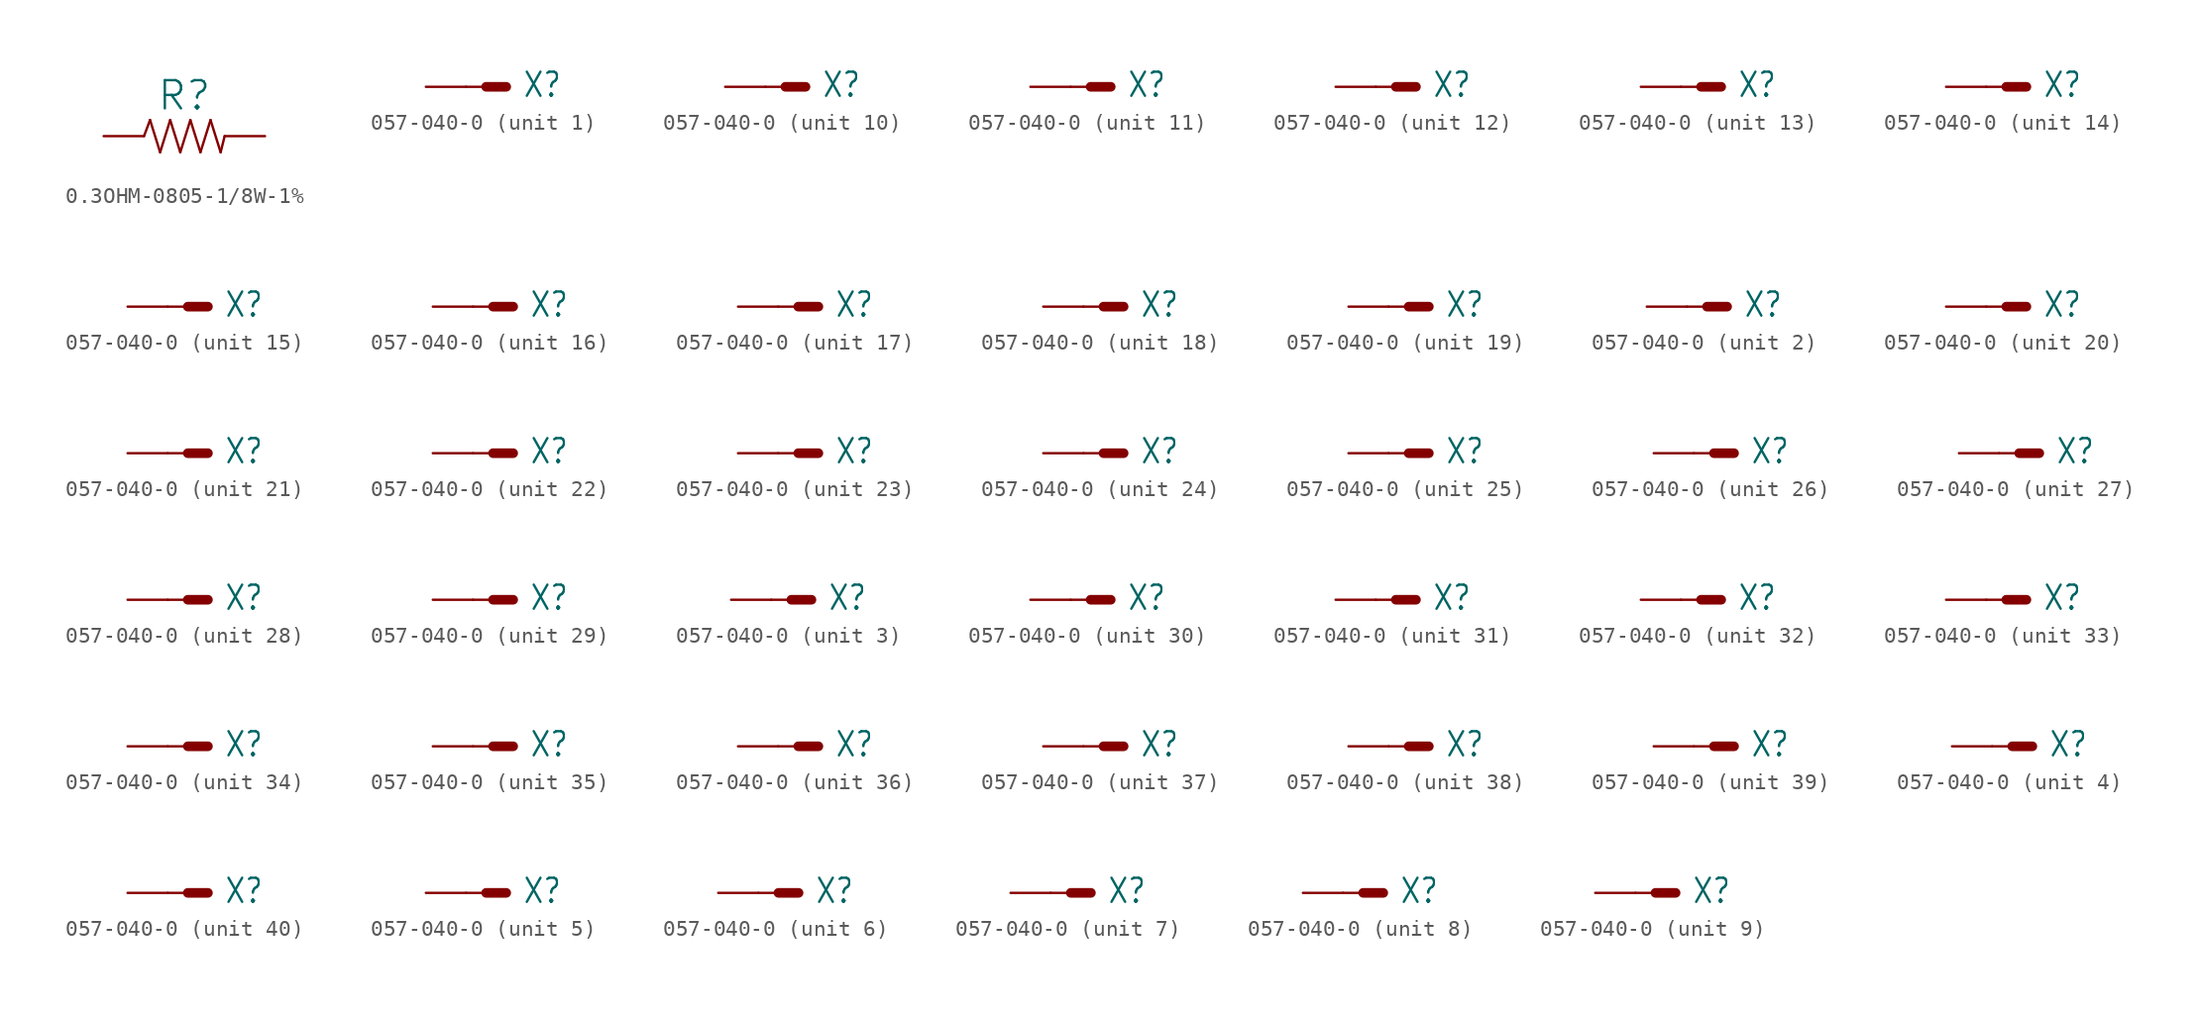
<source format=kicad_sym>
(kicad_symbol_lib
  (version 20220914)
  (generator kicad_symbol_editor)
  (symbol "0.3OHM-0805-1/8W-1%"
    (property "Reference" "R"
      (at 0 1.524 0)
      (effects (font (size 1.778 1.778)) (justify bottom)))
    (property "Value" ""
      (at 0 -1.524 0)
      (effects (font (size 1.778 1.778)) (justify top)))
    (property "ki_locked" ""
      (at 0 0 0)
      (effects (font (size 1.27 1.27))))
    (symbol "0.3OHM-0805-1/8W-1%_1_0"
      (polyline (pts (xy -2.54 0) (xy -2.159 1.016)) (stroke (width 0.152) (type solid)) (fill (type none)))
      (polyline (pts (xy -2.159 1.016) (xy -1.524 -1.016)) (stroke (width 0.152) (type solid)) (fill (type none)))
      (polyline (pts (xy -1.524 -1.016) (xy -0.889 1.016)) (stroke (width 0.152) (type solid)) (fill (type none)))
      (polyline (pts (xy -0.889 1.016) (xy -0.254 -1.016)) (stroke (width 0.152) (type solid)) (fill (type none)))
      (polyline (pts (xy -0.254 -1.016) (xy 0.381 1.016)) (stroke (width 0.152) (type solid)) (fill (type none)))
      (polyline (pts (xy 0.381 1.016) (xy 1.016 -1.016)) (stroke (width 0.152) (type solid)) (fill (type none)))
      (polyline (pts (xy 1.016 -1.016) (xy 1.651 1.016)) (stroke (width 0.152) (type solid)) (fill (type none)))
      (polyline (pts (xy 1.651 1.016) (xy 2.286 -1.016)) (stroke (width 0.152) (type solid)) (fill (type none)))
      (polyline (pts (xy 2.286 -1.016) (xy 2.54 0)) (stroke (width 0.152) (type solid)) (fill (type none)))
      (pin passive line (at -5.08 0 0) (length 2.54) (name "1" (effects (font (size 0 0)))) (number "1" (effects (font (size 0 0)))))
      (pin passive line (at 5.08 0 180) (length 2.54) (name "2" (effects (font (size 0 0)))) (number "2" (effects (font (size 0 0)))))))
  (symbol "057-040-0"
    (property "Reference" "X"
      (at 1.016 -0.762 0)
      (effects (font (size 1.524 1.295)) (justify left bottom)))
    (property "ki_locked" ""
      (at 0 0 0)
      (effects (font (size 1.27 1.27))))
    (symbol "057-040-0_1_0"
      (polyline (pts (xy -2.54 0) (xy -1.27 0)) (stroke (width 0.152) (type solid)) (fill (type none)))
      (polyline (pts (xy 0 0) (xy -1.27 0)) (stroke (width 0.61) (type solid)) (fill (type none)))
      (pin passive line (at -5.08 0 0) (length 2.54) (name "S" (effects (font (size 0 0)))) (number "1" (effects (font (size 0 0))))))
    (symbol "057-040-0_2_0"
      (polyline (pts (xy -2.54 0) (xy -1.27 0)) (stroke (width 0.152) (type solid)) (fill (type none)))
      (polyline (pts (xy 0 0) (xy -1.27 0)) (stroke (width 0.61) (type solid)) (fill (type none)))
      (pin passive line (at -5.08 0 0) (length 2.54) (name "S" (effects (font (size 0 0)))) (number "2" (effects (font (size 0 0))))))
    (symbol "057-040-0_3_0"
      (polyline (pts (xy -2.54 0) (xy -1.27 0)) (stroke (width 0.152) (type solid)) (fill (type none)))
      (polyline (pts (xy 0 0) (xy -1.27 0)) (stroke (width 0.61) (type solid)) (fill (type none)))
      (pin passive line (at -5.08 0 0) (length 2.54) (name "S" (effects (font (size 0 0)))) (number "3" (effects (font (size 0 0))))))
    (symbol "057-040-0_4_0"
      (polyline (pts (xy -2.54 0) (xy -1.27 0)) (stroke (width 0.152) (type solid)) (fill (type none)))
      (polyline (pts (xy 0 0) (xy -1.27 0)) (stroke (width 0.61) (type solid)) (fill (type none)))
      (pin passive line (at -5.08 0 0) (length 2.54) (name "S" (effects (font (size 0 0)))) (number "4" (effects (font (size 0 0))))))
    (symbol "057-040-0_5_0"
      (polyline (pts (xy -2.54 0) (xy -1.27 0)) (stroke (width 0.152) (type solid)) (fill (type none)))
      (polyline (pts (xy 0 0) (xy -1.27 0)) (stroke (width 0.61) (type solid)) (fill (type none)))
      (pin passive line (at -5.08 0 0) (length 2.54) (name "S" (effects (font (size 0 0)))) (number "5" (effects (font (size 0 0))))))
    (symbol "057-040-0_6_0"
      (polyline (pts (xy -2.54 0) (xy -1.27 0)) (stroke (width 0.152) (type solid)) (fill (type none)))
      (polyline (pts (xy 0 0) (xy -1.27 0)) (stroke (width 0.61) (type solid)) (fill (type none)))
      (pin passive line (at -5.08 0 0) (length 2.54) (name "S" (effects (font (size 0 0)))) (number "6" (effects (font (size 0 0))))))
    (symbol "057-040-0_7_0"
      (polyline (pts (xy -2.54 0) (xy -1.27 0)) (stroke (width 0.152) (type solid)) (fill (type none)))
      (polyline (pts (xy 0 0) (xy -1.27 0)) (stroke (width 0.61) (type solid)) (fill (type none)))
      (pin passive line (at -5.08 0 0) (length 2.54) (name "S" (effects (font (size 0 0)))) (number "7" (effects (font (size 0 0))))))
    (symbol "057-040-0_8_0"
      (polyline (pts (xy -2.54 0) (xy -1.27 0)) (stroke (width 0.152) (type solid)) (fill (type none)))
      (polyline (pts (xy 0 0) (xy -1.27 0)) (stroke (width 0.61) (type solid)) (fill (type none)))
      (pin passive line (at -5.08 0 0) (length 2.54) (name "S" (effects (font (size 0 0)))) (number "8" (effects (font (size 0 0))))))
    (symbol "057-040-0_9_0"
      (polyline (pts (xy -2.54 0) (xy -1.27 0)) (stroke (width 0.152) (type solid)) (fill (type none)))
      (polyline (pts (xy 0 0) (xy -1.27 0)) (stroke (width 0.61) (type solid)) (fill (type none)))
      (pin passive line (at -5.08 0 0) (length 2.54) (name "S" (effects (font (size 0 0)))) (number "9" (effects (font (size 0 0))))))
    (symbol "057-040-0_10_0"
      (polyline (pts (xy -2.54 0) (xy -1.27 0)) (stroke (width 0.152) (type solid)) (fill (type none)))
      (polyline (pts (xy 0 0) (xy -1.27 0)) (stroke (width 0.61) (type solid)) (fill (type none)))
      (pin passive line (at -5.08 0 0) (length 2.54) (name "S" (effects (font (size 0 0)))) (number "10" (effects (font (size 0 0))))))
    (symbol "057-040-0_11_0"
      (polyline (pts (xy -2.54 0) (xy -1.27 0)) (stroke (width 0.152) (type solid)) (fill (type none)))
      (polyline (pts (xy 0 0) (xy -1.27 0)) (stroke (width 0.61) (type solid)) (fill (type none)))
      (pin passive line (at -5.08 0 0) (length 2.54) (name "S" (effects (font (size 0 0)))) (number "11" (effects (font (size 0 0))))))
    (symbol "057-040-0_12_0"
      (polyline (pts (xy -2.54 0) (xy -1.27 0)) (stroke (width 0.152) (type solid)) (fill (type none)))
      (polyline (pts (xy 0 0) (xy -1.27 0)) (stroke (width 0.61) (type solid)) (fill (type none)))
      (pin passive line (at -5.08 0 0) (length 2.54) (name "S" (effects (font (size 0 0)))) (number "12" (effects (font (size 0 0))))))
    (symbol "057-040-0_13_0"
      (polyline (pts (xy -2.54 0) (xy -1.27 0)) (stroke (width 0.152) (type solid)) (fill (type none)))
      (polyline (pts (xy 0 0) (xy -1.27 0)) (stroke (width 0.61) (type solid)) (fill (type none)))
      (pin passive line (at -5.08 0 0) (length 2.54) (name "S" (effects (font (size 0 0)))) (number "13" (effects (font (size 0 0))))))
    (symbol "057-040-0_14_0"
      (polyline (pts (xy -2.54 0) (xy -1.27 0)) (stroke (width 0.152) (type solid)) (fill (type none)))
      (polyline (pts (xy 0 0) (xy -1.27 0)) (stroke (width 0.61) (type solid)) (fill (type none)))
      (pin passive line (at -5.08 0 0) (length 2.54) (name "S" (effects (font (size 0 0)))) (number "14" (effects (font (size 0 0))))))
    (symbol "057-040-0_15_0"
      (polyline (pts (xy -2.54 0) (xy -1.27 0)) (stroke (width 0.152) (type solid)) (fill (type none)))
      (polyline (pts (xy 0 0) (xy -1.27 0)) (stroke (width 0.61) (type solid)) (fill (type none)))
      (pin passive line (at -5.08 0 0) (length 2.54) (name "S" (effects (font (size 0 0)))) (number "15" (effects (font (size 0 0))))))
    (symbol "057-040-0_16_0"
      (polyline (pts (xy -2.54 0) (xy -1.27 0)) (stroke (width 0.152) (type solid)) (fill (type none)))
      (polyline (pts (xy 0 0) (xy -1.27 0)) (stroke (width 0.61) (type solid)) (fill (type none)))
      (pin passive line (at -5.08 0 0) (length 2.54) (name "S" (effects (font (size 0 0)))) (number "16" (effects (font (size 0 0))))))
    (symbol "057-040-0_17_0"
      (polyline (pts (xy -2.54 0) (xy -1.27 0)) (stroke (width 0.152) (type solid)) (fill (type none)))
      (polyline (pts (xy 0 0) (xy -1.27 0)) (stroke (width 0.61) (type solid)) (fill (type none)))
      (pin passive line (at -5.08 0 0) (length 2.54) (name "S" (effects (font (size 0 0)))) (number "17" (effects (font (size 0 0))))))
    (symbol "057-040-0_18_0"
      (polyline (pts (xy -2.54 0) (xy -1.27 0)) (stroke (width 0.152) (type solid)) (fill (type none)))
      (polyline (pts (xy 0 0) (xy -1.27 0)) (stroke (width 0.61) (type solid)) (fill (type none)))
      (pin passive line (at -5.08 0 0) (length 2.54) (name "S" (effects (font (size 0 0)))) (number "18" (effects (font (size 0 0))))))
    (symbol "057-040-0_19_0"
      (polyline (pts (xy -2.54 0) (xy -1.27 0)) (stroke (width 0.152) (type solid)) (fill (type none)))
      (polyline (pts (xy 0 0) (xy -1.27 0)) (stroke (width 0.61) (type solid)) (fill (type none)))
      (pin passive line (at -5.08 0 0) (length 2.54) (name "S" (effects (font (size 0 0)))) (number "19" (effects (font (size 0 0))))))
    (symbol "057-040-0_20_0"
      (polyline (pts (xy -2.54 0) (xy -1.27 0)) (stroke (width 0.152) (type solid)) (fill (type none)))
      (polyline (pts (xy 0 0) (xy -1.27 0)) (stroke (width 0.61) (type solid)) (fill (type none)))
      (pin passive line (at -5.08 0 0) (length 2.54) (name "S" (effects (font (size 0 0)))) (number "20" (effects (font (size 0 0))))))
    (symbol "057-040-0_21_0"
      (polyline (pts (xy -2.54 0) (xy -1.27 0)) (stroke (width 0.152) (type solid)) (fill (type none)))
      (polyline (pts (xy 0 0) (xy -1.27 0)) (stroke (width 0.61) (type solid)) (fill (type none)))
      (pin passive line (at -5.08 0 0) (length 2.54) (name "S" (effects (font (size 0 0)))) (number "21" (effects (font (size 0 0))))))
    (symbol "057-040-0_22_0"
      (polyline (pts (xy -2.54 0) (xy -1.27 0)) (stroke (width 0.152) (type solid)) (fill (type none)))
      (polyline (pts (xy 0 0) (xy -1.27 0)) (stroke (width 0.61) (type solid)) (fill (type none)))
      (pin passive line (at -5.08 0 0) (length 2.54) (name "S" (effects (font (size 0 0)))) (number "22" (effects (font (size 0 0))))))
    (symbol "057-040-0_23_0"
      (polyline (pts (xy -2.54 0) (xy -1.27 0)) (stroke (width 0.152) (type solid)) (fill (type none)))
      (polyline (pts (xy 0 0) (xy -1.27 0)) (stroke (width 0.61) (type solid)) (fill (type none)))
      (pin passive line (at -5.08 0 0) (length 2.54) (name "S" (effects (font (size 0 0)))) (number "23" (effects (font (size 0 0))))))
    (symbol "057-040-0_24_0"
      (polyline (pts (xy -2.54 0) (xy -1.27 0)) (stroke (width 0.152) (type solid)) (fill (type none)))
      (polyline (pts (xy 0 0) (xy -1.27 0)) (stroke (width 0.61) (type solid)) (fill (type none)))
      (pin passive line (at -5.08 0 0) (length 2.54) (name "S" (effects (font (size 0 0)))) (number "24" (effects (font (size 0 0))))))
    (symbol "057-040-0_25_0"
      (polyline (pts (xy -2.54 0) (xy -1.27 0)) (stroke (width 0.152) (type solid)) (fill (type none)))
      (polyline (pts (xy 0 0) (xy -1.27 0)) (stroke (width 0.61) (type solid)) (fill (type none)))
      (pin passive line (at -5.08 0 0) (length 2.54) (name "S" (effects (font (size 0 0)))) (number "25" (effects (font (size 0 0))))))
    (symbol "057-040-0_26_0"
      (polyline (pts (xy -2.54 0) (xy -1.27 0)) (stroke (width 0.152) (type solid)) (fill (type none)))
      (polyline (pts (xy 0 0) (xy -1.27 0)) (stroke (width 0.61) (type solid)) (fill (type none)))
      (pin passive line (at -5.08 0 0) (length 2.54) (name "S" (effects (font (size 0 0)))) (number "26" (effects (font (size 0 0))))))
    (symbol "057-040-0_27_0"
      (polyline (pts (xy -2.54 0) (xy -1.27 0)) (stroke (width 0.152) (type solid)) (fill (type none)))
      (polyline (pts (xy 0 0) (xy -1.27 0)) (stroke (width 0.61) (type solid)) (fill (type none)))
      (pin passive line (at -5.08 0 0) (length 2.54) (name "S" (effects (font (size 0 0)))) (number "27" (effects (font (size 0 0))))))
    (symbol "057-040-0_28_0"
      (polyline (pts (xy -2.54 0) (xy -1.27 0)) (stroke (width 0.152) (type solid)) (fill (type none)))
      (polyline (pts (xy 0 0) (xy -1.27 0)) (stroke (width 0.61) (type solid)) (fill (type none)))
      (pin passive line (at -5.08 0 0) (length 2.54) (name "S" (effects (font (size 0 0)))) (number "28" (effects (font (size 0 0))))))
    (symbol "057-040-0_29_0"
      (polyline (pts (xy -2.54 0) (xy -1.27 0)) (stroke (width 0.152) (type solid)) (fill (type none)))
      (polyline (pts (xy 0 0) (xy -1.27 0)) (stroke (width 0.61) (type solid)) (fill (type none)))
      (pin passive line (at -5.08 0 0) (length 2.54) (name "S" (effects (font (size 0 0)))) (number "29" (effects (font (size 0 0))))))
    (symbol "057-040-0_30_0"
      (polyline (pts (xy -2.54 0) (xy -1.27 0)) (stroke (width 0.152) (type solid)) (fill (type none)))
      (polyline (pts (xy 0 0) (xy -1.27 0)) (stroke (width 0.61) (type solid)) (fill (type none)))
      (pin passive line (at -5.08 0 0) (length 2.54) (name "S" (effects (font (size 0 0)))) (number "30" (effects (font (size 0 0))))))
    (symbol "057-040-0_31_0"
      (polyline (pts (xy -2.54 0) (xy -1.27 0)) (stroke (width 0.152) (type solid)) (fill (type none)))
      (polyline (pts (xy 0 0) (xy -1.27 0)) (stroke (width 0.61) (type solid)) (fill (type none)))
      (pin passive line (at -5.08 0 0) (length 2.54) (name "S" (effects (font (size 0 0)))) (number "31" (effects (font (size 0 0))))))
    (symbol "057-040-0_32_0"
      (polyline (pts (xy -2.54 0) (xy -1.27 0)) (stroke (width 0.152) (type solid)) (fill (type none)))
      (polyline (pts (xy 0 0) (xy -1.27 0)) (stroke (width 0.61) (type solid)) (fill (type none)))
      (pin passive line (at -5.08 0 0) (length 2.54) (name "S" (effects (font (size 0 0)))) (number "32" (effects (font (size 0 0))))))
    (symbol "057-040-0_33_0"
      (polyline (pts (xy -2.54 0) (xy -1.27 0)) (stroke (width 0.152) (type solid)) (fill (type none)))
      (polyline (pts (xy 0 0) (xy -1.27 0)) (stroke (width 0.61) (type solid)) (fill (type none)))
      (pin passive line (at -5.08 0 0) (length 2.54) (name "S" (effects (font (size 0 0)))) (number "33" (effects (font (size 0 0))))))
    (symbol "057-040-0_34_0"
      (polyline (pts (xy -2.54 0) (xy -1.27 0)) (stroke (width 0.152) (type solid)) (fill (type none)))
      (polyline (pts (xy 0 0) (xy -1.27 0)) (stroke (width 0.61) (type solid)) (fill (type none)))
      (pin passive line (at -5.08 0 0) (length 2.54) (name "S" (effects (font (size 0 0)))) (number "34" (effects (font (size 0 0))))))
    (symbol "057-040-0_35_0"
      (polyline (pts (xy -2.54 0) (xy -1.27 0)) (stroke (width 0.152) (type solid)) (fill (type none)))
      (polyline (pts (xy 0 0) (xy -1.27 0)) (stroke (width 0.61) (type solid)) (fill (type none)))
      (pin passive line (at -5.08 0 0) (length 2.54) (name "S" (effects (font (size 0 0)))) (number "35" (effects (font (size 0 0))))))
    (symbol "057-040-0_36_0"
      (polyline (pts (xy -2.54 0) (xy -1.27 0)) (stroke (width 0.152) (type solid)) (fill (type none)))
      (polyline (pts (xy 0 0) (xy -1.27 0)) (stroke (width 0.61) (type solid)) (fill (type none)))
      (pin passive line (at -5.08 0 0) (length 2.54) (name "S" (effects (font (size 0 0)))) (number "36" (effects (font (size 0 0))))))
    (symbol "057-040-0_37_0"
      (polyline (pts (xy -2.54 0) (xy -1.27 0)) (stroke (width 0.152) (type solid)) (fill (type none)))
      (polyline (pts (xy 0 0) (xy -1.27 0)) (stroke (width 0.61) (type solid)) (fill (type none)))
      (pin passive line (at -5.08 0 0) (length 2.54) (name "S" (effects (font (size 0 0)))) (number "37" (effects (font (size 0 0))))))
    (symbol "057-040-0_38_0"
      (polyline (pts (xy -2.54 0) (xy -1.27 0)) (stroke (width 0.152) (type solid)) (fill (type none)))
      (polyline (pts (xy 0 0) (xy -1.27 0)) (stroke (width 0.61) (type solid)) (fill (type none)))
      (pin passive line (at -5.08 0 0) (length 2.54) (name "S" (effects (font (size 0 0)))) (number "38" (effects (font (size 0 0))))))
    (symbol "057-040-0_39_0"
      (polyline (pts (xy -2.54 0) (xy -1.27 0)) (stroke (width 0.152) (type solid)) (fill (type none)))
      (polyline (pts (xy 0 0) (xy -1.27 0)) (stroke (width 0.61) (type solid)) (fill (type none)))
      (pin passive line (at -5.08 0 0) (length 2.54) (name "S" (effects (font (size 0 0)))) (number "39" (effects (font (size 0 0))))))
    (symbol "057-040-0_40_0"
      (polyline (pts (xy -2.54 0) (xy -1.27 0)) (stroke (width 0.152) (type solid)) (fill (type none)))
      (polyline (pts (xy 0 0) (xy -1.27 0)) (stroke (width 0.61) (type solid)) (fill (type none)))
      (pin passive line (at -5.08 0 0) (length 2.54) (name "S" (effects (font (size 0 0)))) (number "40" (effects (font (size 0 0))))))))
</source>
